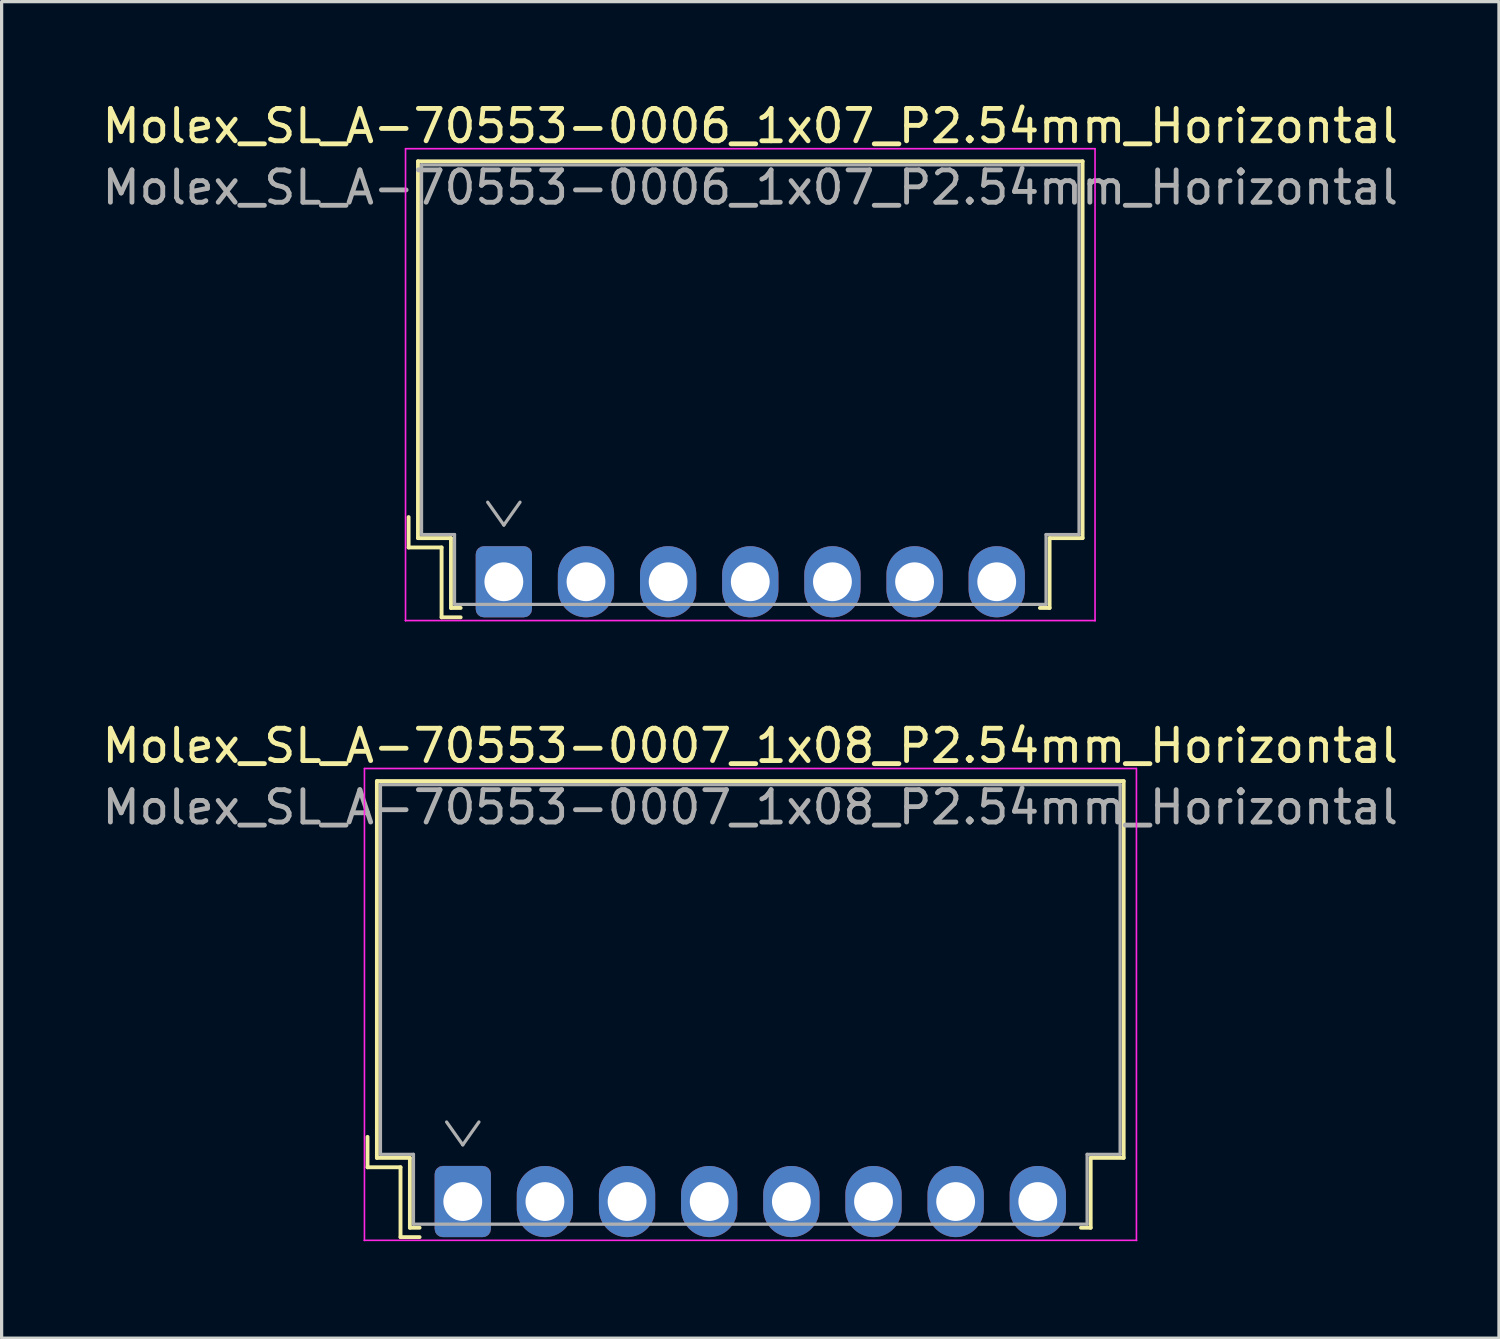
<source format=kicad_pcb>
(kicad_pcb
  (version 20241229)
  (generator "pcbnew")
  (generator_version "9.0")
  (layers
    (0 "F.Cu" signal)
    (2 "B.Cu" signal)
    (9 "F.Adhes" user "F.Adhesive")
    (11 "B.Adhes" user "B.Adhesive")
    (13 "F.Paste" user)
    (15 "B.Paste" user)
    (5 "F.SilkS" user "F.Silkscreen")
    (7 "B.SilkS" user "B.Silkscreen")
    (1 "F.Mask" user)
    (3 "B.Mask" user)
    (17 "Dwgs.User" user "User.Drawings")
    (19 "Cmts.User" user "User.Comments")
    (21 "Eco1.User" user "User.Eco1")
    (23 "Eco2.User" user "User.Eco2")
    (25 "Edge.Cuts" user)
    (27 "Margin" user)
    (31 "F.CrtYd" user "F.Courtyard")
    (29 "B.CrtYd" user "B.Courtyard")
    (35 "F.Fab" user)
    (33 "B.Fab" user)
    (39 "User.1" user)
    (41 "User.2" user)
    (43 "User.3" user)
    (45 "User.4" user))
  (footprint "Molex_SL_A-70553-0006_1x07_P2.54mm_Horizontal"
    (layer "F.Cu")
    (at 12.529 14.938)
    (property "Reference" "Molex_SL_A-70553-0006_1x07_P2.54mm_Horizontal" (at 7.62 -14.09 0) (layer "F.SilkS") (effects (font (size 1 1) (thickness 0.15))))
    (attr through_hole)
    (fp_line (start -2.945 -2) (end -2.945 -1.06) (stroke (width 0.12) (type solid)) (layer "F.SilkS"))
    (fp_line (start -2.945 -1.06) (end -1.925 -1.06) (stroke (width 0.12) (type solid)) (layer "F.SilkS"))
    (fp_line (start -2.655 -13) (end 17.895 -13) (stroke (width 0.12) (type solid)) (layer "F.SilkS"))
    (fp_line (start -2.655 -1.35) (end -2.655 -13) (stroke (width 0.12) (type solid)) (layer "F.SilkS"))
    (fp_line (start -2.655 -1.35) (end -1.635 -1.35) (stroke (width 0.12) (type solid)) (layer "F.SilkS"))
    (fp_line (start -1.925 -1.06) (end -1.925 1.1) (stroke (width 0.12) (type solid)) (layer "F.SilkS"))
    (fp_line (start -1.925 1.1) (end -1.335 1.1) (stroke (width 0.12) (type solid)) (layer "F.SilkS"))
    (fp_line (start -1.635 -1.35) (end -1.635 0.81) (stroke (width 0.12) (type solid)) (layer "F.SilkS"))
    (fp_line (start -1.635 0.81) (end -1.335 0.81) (stroke (width 0.12) (type solid)) (layer "F.SilkS"))
    (fp_line (start 16.875 -1.35) (end 16.875 0.81) (stroke (width 0.12) (type solid)) (layer "F.SilkS"))
    (fp_line (start 16.875 0.81) (end 16.575 0.81) (stroke (width 0.12) (type solid)) (layer "F.SilkS"))
    (fp_line (start 17.895 -13) (end 17.895 -1.35) (stroke (width 0.12) (type solid)) (layer "F.SilkS"))
    (fp_line (start 17.895 -1.35) (end 16.875 -1.35) (stroke (width 0.12) (type solid)) (layer "F.SilkS"))
    (fp_line (start -3.04 -13.39) (end -3.04 1.2) (stroke (width 0.05) (type solid)) (layer "F.CrtYd"))
    (fp_line (start -3.04 1.2) (end -3.04 1.2) (stroke (width 0.05) (type solid)) (layer "F.CrtYd"))
    (fp_line (start -3.04 1.2) (end -3.04 1.2) (stroke (width 0.05) (type solid)) (layer "F.CrtYd"))
    (fp_line (start -3.04 1.2) (end 18.28 1.2) (stroke (width 0.05) (type solid)) (layer "F.CrtYd"))
    (fp_line (start 18.28 -13.39) (end -3.04 -13.39) (stroke (width 0.05) (type solid)) (layer "F.CrtYd"))
    (fp_line (start 18.28 1.2) (end 18.28 -13.39) (stroke (width 0.05) (type solid)) (layer "F.CrtYd"))
    (fp_line (start 18.28 1.2) (end 18.28 1.2) (stroke (width 0.05) (type solid)) (layer "F.CrtYd"))
    (fp_line (start 18.28 1.2) (end 18.28 1.2) (stroke (width 0.05) (type solid)) (layer "F.CrtYd"))
    (fp_line (start -2.545 -12.89) (end -2.545 -1.46) (stroke (width 0.1) (type solid)) (layer "F.Fab"))
    (fp_line (start -2.545 -1.46) (end -1.525 -1.46) (stroke (width 0.1) (type solid)) (layer "F.Fab"))
    (fp_line (start -1.525 -1.46) (end -1.525 0.7) (stroke (width 0.1) (type solid)) (layer "F.Fab"))
    (fp_line (start -1.525 0.7) (end 16.765 0.7) (stroke (width 0.1) (type solid)) (layer "F.Fab"))
    (fp_line (start -0.5 -2.46) (end 0 -1.753) (stroke (width 0.1) (type solid)) (layer "F.Fab"))
    (fp_line (start 0 -1.753) (end 0.5 -2.46) (stroke (width 0.1) (type solid)) (layer "F.Fab"))
    (fp_line (start 16.765 -1.46) (end 17.785 -1.46) (stroke (width 0.1) (type solid)) (layer "F.Fab"))
    (fp_line (start 16.765 0.7) (end 16.765 -1.46) (stroke (width 0.1) (type solid)) (layer "F.Fab"))
    (fp_line (start 17.785 -12.89) (end -2.545 -12.89) (stroke (width 0.1) (type solid)) (layer "F.Fab"))
    (fp_line (start 17.785 -1.46) (end 17.785 -12.89) (stroke (width 0.1) (type solid)) (layer "F.Fab"))
    (fp_text user "${REFERENCE}" (at 7.62 -12.19 0) (layer "F.Fab") (effects (font (size 1 1) (thickness 0.15))))
    (pad "1" thru_hole roundrect (at 0 0) (size 1.74 2.2) (drill 1.2) (layers "*.Cu" "*.Mask") (roundrect_rratio 0.144))
    (pad "2" thru_hole oval (at 2.54 0) (size 1.74 2.2) (drill 1.2) (layers "*.Cu" "*.Mask"))
    (pad "3" thru_hole oval (at 5.08 0) (size 1.74 2.2) (drill 1.2) (layers "*.Cu" "*.Mask"))
    (pad "4" thru_hole oval (at 7.62 0) (size 1.74 2.2) (drill 1.2) (layers "*.Cu" "*.Mask"))
    (pad "5" thru_hole oval (at 10.16 0) (size 1.74 2.2) (drill 1.2) (layers "*.Cu" "*.Mask"))
    (pad "6" thru_hole oval (at 12.7 0) (size 1.74 2.2) (drill 1.2) (layers "*.Cu" "*.Mask"))
    (pad "7" thru_hole oval (at 15.24 0) (size 1.74 2.2) (drill 1.2) (layers "*.Cu" "*.Mask")))
  (footprint "Molex_SL_A-70553-0007_1x08_P2.54mm_Horizontal"
    (layer "F.Cu")
    (at 11.259 34.102)
    (property "Reference" "Molex_SL_A-70553-0007_1x08_P2.54mm_Horizontal" (at 8.89 -14.09 0) (layer "F.SilkS") (effects (font (size 1 1) (thickness 0.15))))
    (attr through_hole)
    (fp_line (start -2.945 -2) (end -2.945 -1.06) (stroke (width 0.12) (type solid)) (layer "F.SilkS"))
    (fp_line (start -2.945 -1.06) (end -1.925 -1.06) (stroke (width 0.12) (type solid)) (layer "F.SilkS"))
    (fp_line (start -2.655 -13) (end 20.435 -13) (stroke (width 0.12) (type solid)) (layer "F.SilkS"))
    (fp_line (start -2.655 -1.35) (end -2.655 -13) (stroke (width 0.12) (type solid)) (layer "F.SilkS"))
    (fp_line (start -2.655 -1.35) (end -1.635 -1.35) (stroke (width 0.12) (type solid)) (layer "F.SilkS"))
    (fp_line (start -1.925 -1.06) (end -1.925 1.1) (stroke (width 0.12) (type solid)) (layer "F.SilkS"))
    (fp_line (start -1.925 1.1) (end -1.335 1.1) (stroke (width 0.12) (type solid)) (layer "F.SilkS"))
    (fp_line (start -1.635 -1.35) (end -1.635 0.81) (stroke (width 0.12) (type solid)) (layer "F.SilkS"))
    (fp_line (start -1.635 0.81) (end -1.335 0.81) (stroke (width 0.12) (type solid)) (layer "F.SilkS"))
    (fp_line (start 19.415 -1.35) (end 19.415 0.81) (stroke (width 0.12) (type solid)) (layer "F.SilkS"))
    (fp_line (start 19.415 0.81) (end 19.115 0.81) (stroke (width 0.12) (type solid)) (layer "F.SilkS"))
    (fp_line (start 20.435 -13) (end 20.435 -1.35) (stroke (width 0.12) (type solid)) (layer "F.SilkS"))
    (fp_line (start 20.435 -1.35) (end 19.415 -1.35) (stroke (width 0.12) (type solid)) (layer "F.SilkS"))
    (fp_line (start -3.04 -13.39) (end -3.04 1.2) (stroke (width 0.05) (type solid)) (layer "F.CrtYd"))
    (fp_line (start -3.04 1.2) (end -3.04 1.2) (stroke (width 0.05) (type solid)) (layer "F.CrtYd"))
    (fp_line (start -3.04 1.2) (end -3.04 1.2) (stroke (width 0.05) (type solid)) (layer "F.CrtYd"))
    (fp_line (start -3.04 1.2) (end 20.83 1.2) (stroke (width 0.05) (type solid)) (layer "F.CrtYd"))
    (fp_line (start 20.83 -13.39) (end -3.04 -13.39) (stroke (width 0.05) (type solid)) (layer "F.CrtYd"))
    (fp_line (start 20.83 1.2) (end 20.83 -13.39) (stroke (width 0.05) (type solid)) (layer "F.CrtYd"))
    (fp_line (start 20.83 1.2) (end 20.83 1.2) (stroke (width 0.05) (type solid)) (layer "F.CrtYd"))
    (fp_line (start 20.83 1.2) (end 20.83 1.2) (stroke (width 0.05) (type solid)) (layer "F.CrtYd"))
    (fp_line (start -2.545 -12.89) (end -2.545 -1.46) (stroke (width 0.1) (type solid)) (layer "F.Fab"))
    (fp_line (start -2.545 -1.46) (end -1.525 -1.46) (stroke (width 0.1) (type solid)) (layer "F.Fab"))
    (fp_line (start -1.525 -1.46) (end -1.525 0.7) (stroke (width 0.1) (type solid)) (layer "F.Fab"))
    (fp_line (start -1.525 0.7) (end 19.305 0.7) (stroke (width 0.1) (type solid)) (layer "F.Fab"))
    (fp_line (start -0.5 -2.46) (end 0 -1.753) (stroke (width 0.1) (type solid)) (layer "F.Fab"))
    (fp_line (start 0 -1.753) (end 0.5 -2.46) (stroke (width 0.1) (type solid)) (layer "F.Fab"))
    (fp_line (start 19.305 -1.46) (end 20.325 -1.46) (stroke (width 0.1) (type solid)) (layer "F.Fab"))
    (fp_line (start 19.305 0.7) (end 19.305 -1.46) (stroke (width 0.1) (type solid)) (layer "F.Fab"))
    (fp_line (start 20.325 -12.89) (end -2.545 -12.89) (stroke (width 0.1) (type solid)) (layer "F.Fab"))
    (fp_line (start 20.325 -1.46) (end 20.325 -12.89) (stroke (width 0.1) (type solid)) (layer "F.Fab"))
    (fp_text user "${REFERENCE}" (at 8.89 -12.19 0) (layer "F.Fab") (effects (font (size 1 1) (thickness 0.15))))
    (pad "1" thru_hole roundrect (at 0 0) (size 1.74 2.2) (drill 1.2) (layers "*.Cu" "*.Mask") (roundrect_rratio 0.144))
    (pad "2" thru_hole oval (at 2.54 0) (size 1.74 2.2) (drill 1.2) (layers "*.Cu" "*.Mask"))
    (pad "3" thru_hole oval (at 5.08 0) (size 1.74 2.2) (drill 1.2) (layers "*.Cu" "*.Mask"))
    (pad "4" thru_hole oval (at 7.62 0) (size 1.74 2.2) (drill 1.2) (layers "*.Cu" "*.Mask"))
    (pad "5" thru_hole oval (at 10.16 0) (size 1.74 2.2) (drill 1.2) (layers "*.Cu" "*.Mask"))
    (pad "6" thru_hole oval (at 12.7 0) (size 1.74 2.2) (drill 1.2) (layers "*.Cu" "*.Mask"))
    (pad "7" thru_hole oval (at 15.24 0) (size 1.74 2.2) (drill 1.2) (layers "*.Cu" "*.Mask"))
    (pad "8" thru_hole oval (at 17.78 0) (size 1.74 2.2) (drill 1.2) (layers "*.Cu" "*.Mask")))
  (gr_rect
    (start -3 -3)
    (end 43.298 38.327)
    (stroke (width 0.1) (type default))
    (fill no)
    (layer "Edge.Cuts")))
</source>
